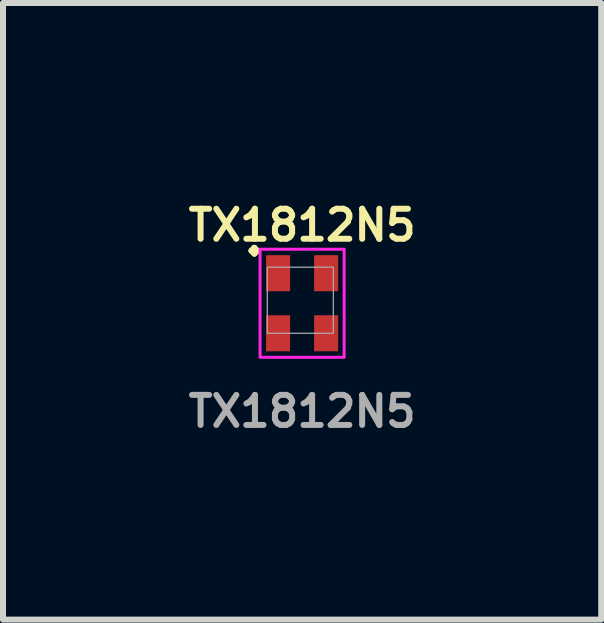
<source format=kicad_pcb>
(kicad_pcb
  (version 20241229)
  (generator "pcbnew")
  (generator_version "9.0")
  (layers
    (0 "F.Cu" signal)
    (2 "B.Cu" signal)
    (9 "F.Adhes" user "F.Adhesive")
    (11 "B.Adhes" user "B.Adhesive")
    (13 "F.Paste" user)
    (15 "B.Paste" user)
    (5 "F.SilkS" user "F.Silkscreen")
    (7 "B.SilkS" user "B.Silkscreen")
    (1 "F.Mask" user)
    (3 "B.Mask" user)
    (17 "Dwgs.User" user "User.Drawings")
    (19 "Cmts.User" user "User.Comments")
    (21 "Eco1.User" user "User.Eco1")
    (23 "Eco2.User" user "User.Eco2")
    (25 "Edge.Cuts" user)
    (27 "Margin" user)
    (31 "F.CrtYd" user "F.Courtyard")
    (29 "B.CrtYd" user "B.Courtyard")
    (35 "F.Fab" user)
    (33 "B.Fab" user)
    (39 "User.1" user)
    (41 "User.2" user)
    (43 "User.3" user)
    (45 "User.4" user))
  (footprint "TX1812N5"
    (layer "F.Cu")
    (at 1.981 2)
    (property "Reference" "TX1812N5" (at 0 -1.3 0) (unlocked yes) (layer "F.SilkS") (effects (font (size 0.5 0.5) (thickness 0.1) (bold yes))))
    (attr smd)
    (fp_rect (start -0.7 -0.9) (end 0.7 0.9) (stroke (width 0.05) (type default)) (fill no) (layer "F.CrtYd"))
    (fp_rect (start -0.58 -0.6) (end 0.52 0.5) (stroke (width 0.02) (type default)) (fill no) (layer "F.Fab"))
    (fp_text user "." (at -1.1 -0.7 0) (unlocked yes) (layer "F.SilkS") (effects (font (size 1 1) (thickness 0.1)) (justify left bottom)))
    (fp_text user "${REFERENCE}" (at 0 1.8 0) (unlocked yes) (layer "F.Fab") (effects (font (size 0.5 0.5) (thickness 0.1) (bold yes))))
    (pad "1" smd rect (at 0.4 0.5 90) (size 0.6 0.4) (layers "F.Cu" "F.Mask" "F.Paste"))
    (pad "2" smd rect (at -0.4 0.5 90) (size 0.6 0.4) (layers "F.Cu" "F.Mask" "F.Paste"))
    (pad "3" smd rect (at -0.4 -0.5 90) (size 0.6 0.4) (layers "F.Cu" "F.Mask" "F.Paste"))
    (pad "4" smd rect (at 0.4 -0.5 90) (size 0.6 0.4) (layers "F.Cu" "F.Mask" "F.Paste")))
  (gr_rect
    (start -3 -3)
    (end 6.962 7.268)
    (stroke (width 0.1) (type default))
    (fill no)
    (layer "Edge.Cuts")))
</source>
